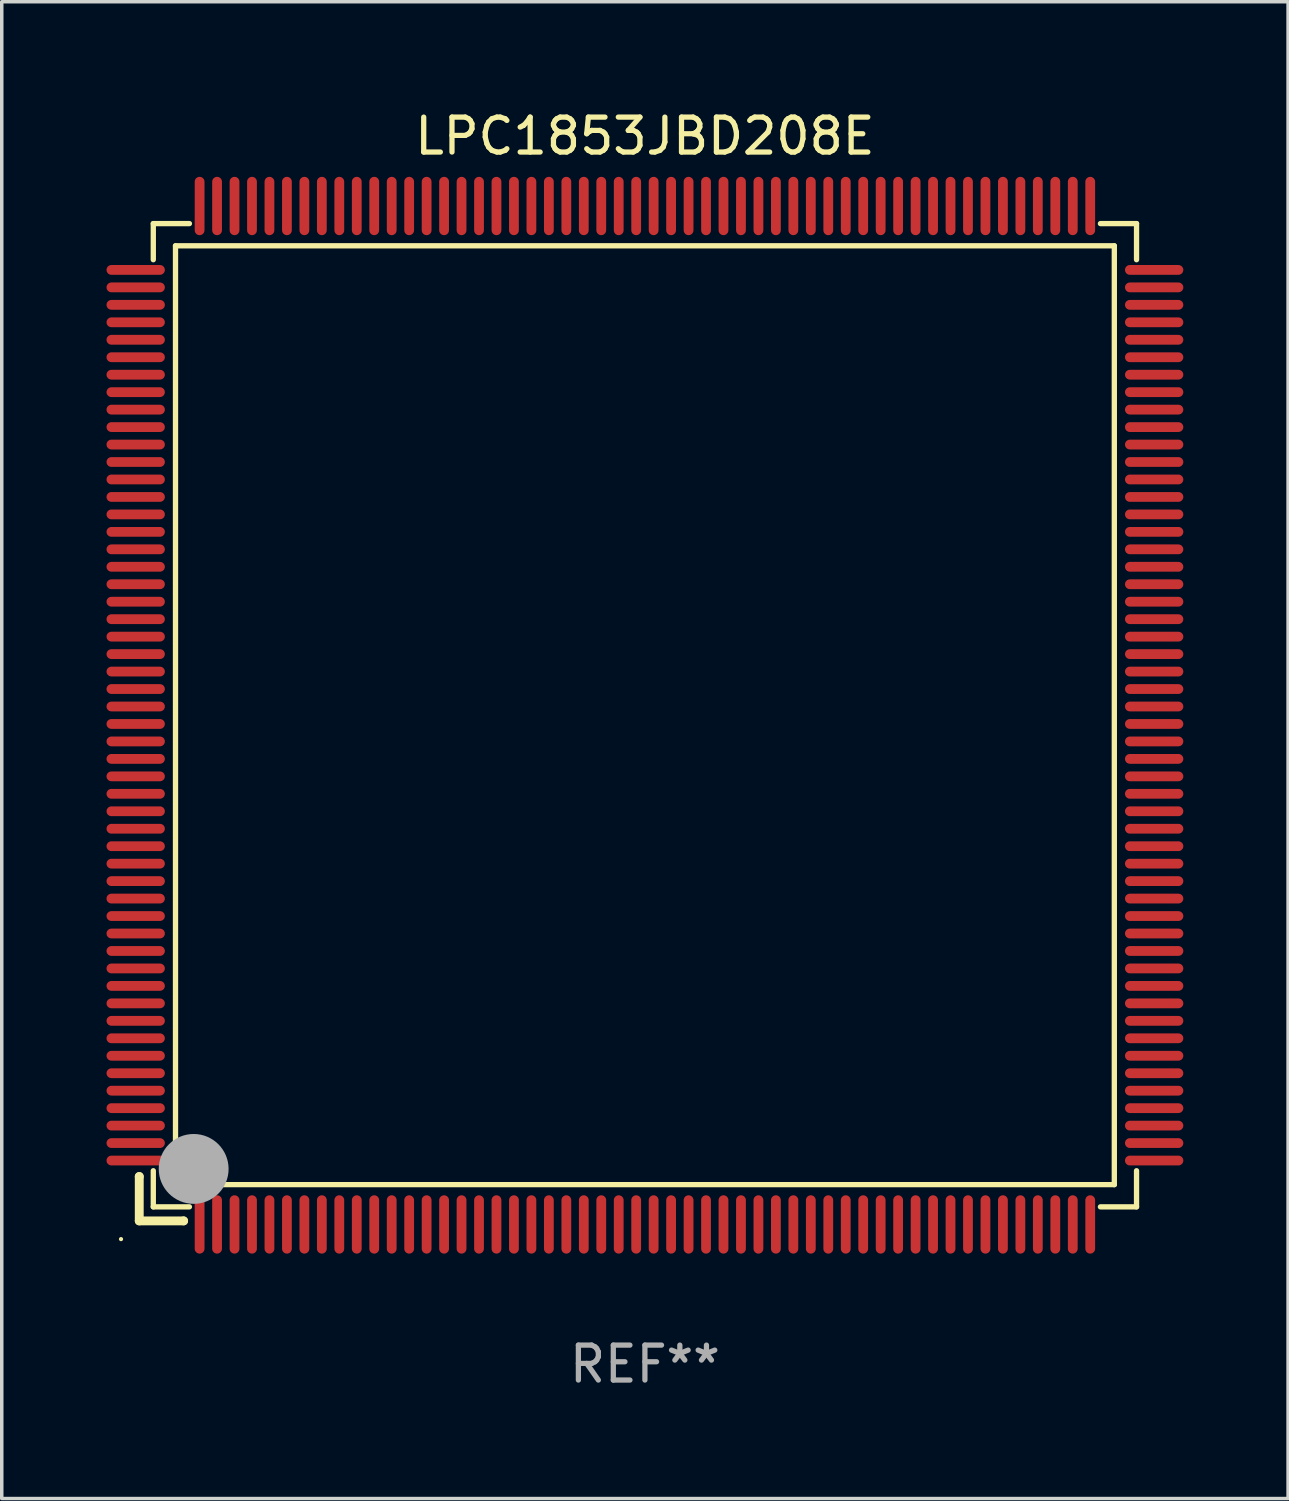
<source format=kicad_pcb>
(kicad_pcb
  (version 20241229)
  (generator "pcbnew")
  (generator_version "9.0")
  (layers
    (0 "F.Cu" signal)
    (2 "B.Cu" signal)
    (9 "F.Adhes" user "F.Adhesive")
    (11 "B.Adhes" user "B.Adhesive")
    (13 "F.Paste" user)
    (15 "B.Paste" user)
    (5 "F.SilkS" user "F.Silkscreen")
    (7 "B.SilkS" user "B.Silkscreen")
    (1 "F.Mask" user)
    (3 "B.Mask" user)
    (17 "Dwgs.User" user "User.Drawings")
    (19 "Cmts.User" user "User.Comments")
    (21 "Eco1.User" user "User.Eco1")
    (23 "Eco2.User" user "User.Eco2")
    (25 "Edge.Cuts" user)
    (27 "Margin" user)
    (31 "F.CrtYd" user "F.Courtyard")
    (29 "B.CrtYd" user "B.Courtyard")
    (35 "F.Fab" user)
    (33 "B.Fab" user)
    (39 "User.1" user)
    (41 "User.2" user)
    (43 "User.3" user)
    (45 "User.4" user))
  (footprint "LPC1853JBD208E"
    (layer "F.Cu")
    (at 15.415 17.428)
    (property "Reference" "LPC1853JBD208E" (at 0 -16.58 0) (layer "F.SilkS") (effects (font (size 1 1) (thickness 0.15))))
    (attr through_hole)
    (fp_line (start -14.478 13.208) (end -14.478 13.208) (stroke (width 0.254) (type solid)) (layer "F.SilkS"))
    (fp_line (start -14.478 13.208) (end -14.478 14.478) (stroke (width 0.254) (type solid)) (layer "F.SilkS"))
    (fp_line (start -14.478 14.478) (end -13.208 14.478) (stroke (width 0.254) (type solid)) (layer "F.SilkS"))
    (fp_line (start -14.076 -14.076) (end -14.076 -13.042) (stroke (width 0.152) (type solid)) (layer "F.SilkS"))
    (fp_line (start -14.076 14.076) (end -14.076 13.042) (stroke (width 0.152) (type solid)) (layer "F.SilkS"))
    (fp_line (start -13.44 -13.44) (end 13.44 -13.44) (stroke (width 0.152) (type solid)) (layer "F.SilkS"))
    (fp_line (start -13.44 13.44) (end -13.44 -13.44) (stroke (width 0.152) (type solid)) (layer "F.SilkS"))
    (fp_line (start -13.208 14.478) (end -13.208 14.478) (stroke (width 0.254) (type solid)) (layer "F.SilkS"))
    (fp_line (start -13.042 -14.076) (end -14.076 -14.076) (stroke (width 0.152) (type solid)) (layer "F.SilkS"))
    (fp_line (start -13.042 14.076) (end -14.076 14.076) (stroke (width 0.152) (type solid)) (layer "F.SilkS"))
    (fp_line (start 13.042 -14.076) (end 14.076 -14.076) (stroke (width 0.152) (type solid)) (layer "F.SilkS"))
    (fp_line (start 13.042 14.076) (end 14.076 14.076) (stroke (width 0.152) (type solid)) (layer "F.SilkS"))
    (fp_line (start 13.44 -13.44) (end 13.44 13.44) (stroke (width 0.152) (type solid)) (layer "F.SilkS"))
    (fp_line (start 13.44 13.44) (end -13.44 13.44) (stroke (width 0.152) (type solid)) (layer "F.SilkS"))
    (fp_line (start 14.076 -14.076) (end 14.076 -13.042) (stroke (width 0.152) (type solid)) (layer "F.SilkS"))
    (fp_line (start 14.076 14.076) (end 14.076 13.042) (stroke (width 0.152) (type solid)) (layer "F.SilkS"))
    (fp_circle (center -15 15) (end -14.97 15) (stroke (width 0.06) (type solid)) (fill no) (layer "F.SilkS"))
    (fp_circle (center -13.138 13.138) (end -13.063 13.138) (stroke (width 0.15) (type solid)) (fill no) (layer "F.SilkS"))
    (fp_circle (center -12.92 12.99) (end -12.42 12.99) (stroke (width 1) (type solid)) (fill no) (layer "F.Fab"))
    (fp_text user "REF**" (at 0 18.58 0) (layer "F.Fab") (effects (font (size 1 1) (thickness 0.15))))
    (pad "1" smd oval (at -12.75 14.58) (size 0.28 1.67) (layers "F.Cu" "F.Mask" "F.Paste"))
    (pad "2" smd oval (at -12.25 14.58) (size 0.28 1.67) (layers "F.Cu" "F.Mask" "F.Paste"))
    (pad "3" smd oval (at -11.75 14.58) (size 0.28 1.67) (layers "F.Cu" "F.Mask" "F.Paste"))
    (pad "4" smd oval (at -11.25 14.58) (size 0.28 1.67) (layers "F.Cu" "F.Mask" "F.Paste"))
    (pad "5" smd oval (at -10.75 14.58) (size 0.28 1.67) (layers "F.Cu" "F.Mask" "F.Paste"))
    (pad "6" smd oval (at -10.25 14.58) (size 0.28 1.67) (layers "F.Cu" "F.Mask" "F.Paste"))
    (pad "7" smd oval (at -9.75 14.58) (size 0.28 1.67) (layers "F.Cu" "F.Mask" "F.Paste"))
    (pad "8" smd oval (at -9.25 14.58) (size 0.28 1.67) (layers "F.Cu" "F.Mask" "F.Paste"))
    (pad "9" smd oval (at -8.75 14.58) (size 0.28 1.67) (layers "F.Cu" "F.Mask" "F.Paste"))
    (pad "10" smd oval (at -8.25 14.58) (size 0.28 1.67) (layers "F.Cu" "F.Mask" "F.Paste"))
    (pad "11" smd oval (at -7.75 14.58) (size 0.28 1.67) (layers "F.Cu" "F.Mask" "F.Paste"))
    (pad "12" smd oval (at -7.25 14.58) (size 0.28 1.67) (layers "F.Cu" "F.Mask" "F.Paste"))
    (pad "13" smd oval (at -6.75 14.58) (size 0.28 1.67) (layers "F.Cu" "F.Mask" "F.Paste"))
    (pad "14" smd oval (at -6.25 14.58) (size 0.28 1.67) (layers "F.Cu" "F.Mask" "F.Paste"))
    (pad "15" smd oval (at -5.75 14.58) (size 0.28 1.67) (layers "F.Cu" "F.Mask" "F.Paste"))
    (pad "16" smd oval (at -5.25 14.58) (size 0.28 1.67) (layers "F.Cu" "F.Mask" "F.Paste"))
    (pad "17" smd oval (at -4.75 14.58) (size 0.28 1.67) (layers "F.Cu" "F.Mask" "F.Paste"))
    (pad "18" smd oval (at -4.25 14.58) (size 0.28 1.67) (layers "F.Cu" "F.Mask" "F.Paste"))
    (pad "19" smd oval (at -3.75 14.58) (size 0.28 1.67) (layers "F.Cu" "F.Mask" "F.Paste"))
    (pad "20" smd oval (at -3.25 14.58) (size 0.28 1.67) (layers "F.Cu" "F.Mask" "F.Paste"))
    (pad "21" smd oval (at -2.75 14.58) (size 0.28 1.67) (layers "F.Cu" "F.Mask" "F.Paste"))
    (pad "22" smd oval (at -2.25 14.58) (size 0.28 1.67) (layers "F.Cu" "F.Mask" "F.Paste"))
    (pad "23" smd oval (at -1.75 14.58) (size 0.28 1.67) (layers "F.Cu" "F.Mask" "F.Paste"))
    (pad "24" smd oval (at -1.25 14.58) (size 0.28 1.67) (layers "F.Cu" "F.Mask" "F.Paste"))
    (pad "25" smd oval (at -0.75 14.58) (size 0.28 1.67) (layers "F.Cu" "F.Mask" "F.Paste"))
    (pad "26" smd oval (at -0.25 14.58) (size 0.28 1.67) (layers "F.Cu" "F.Mask" "F.Paste"))
    (pad "27" smd oval (at 0.25 14.58) (size 0.28 1.67) (layers "F.Cu" "F.Mask" "F.Paste"))
    (pad "28" smd oval (at 0.75 14.58) (size 0.28 1.67) (layers "F.Cu" "F.Mask" "F.Paste"))
    (pad "29" smd oval (at 1.25 14.58) (size 0.28 1.67) (layers "F.Cu" "F.Mask" "F.Paste"))
    (pad "30" smd oval (at 1.75 14.58) (size 0.28 1.67) (layers "F.Cu" "F.Mask" "F.Paste"))
    (pad "31" smd oval (at 2.25 14.58) (size 0.28 1.67) (layers "F.Cu" "F.Mask" "F.Paste"))
    (pad "32" smd oval (at 2.75 14.58) (size 0.28 1.67) (layers "F.Cu" "F.Mask" "F.Paste"))
    (pad "33" smd oval (at 3.25 14.58) (size 0.28 1.67) (layers "F.Cu" "F.Mask" "F.Paste"))
    (pad "34" smd oval (at 3.75 14.58) (size 0.28 1.67) (layers "F.Cu" "F.Mask" "F.Paste"))
    (pad "35" smd oval (at 4.25 14.58) (size 0.28 1.67) (layers "F.Cu" "F.Mask" "F.Paste"))
    (pad "36" smd oval (at 4.75 14.58) (size 0.28 1.67) (layers "F.Cu" "F.Mask" "F.Paste"))
    (pad "37" smd oval (at 5.25 14.58) (size 0.28 1.67) (layers "F.Cu" "F.Mask" "F.Paste"))
    (pad "38" smd oval (at 5.75 14.58) (size 0.28 1.67) (layers "F.Cu" "F.Mask" "F.Paste"))
    (pad "39" smd oval (at 6.25 14.58) (size 0.28 1.67) (layers "F.Cu" "F.Mask" "F.Paste"))
    (pad "40" smd oval (at 6.75 14.58) (size 0.28 1.67) (layers "F.Cu" "F.Mask" "F.Paste"))
    (pad "41" smd oval (at 7.25 14.58) (size 0.28 1.67) (layers "F.Cu" "F.Mask" "F.Paste"))
    (pad "42" smd oval (at 7.75 14.58) (size 0.28 1.67) (layers "F.Cu" "F.Mask" "F.Paste"))
    (pad "43" smd oval (at 8.25 14.58) (size 0.28 1.67) (layers "F.Cu" "F.Mask" "F.Paste"))
    (pad "44" smd oval (at 8.75 14.58) (size 0.28 1.67) (layers "F.Cu" "F.Mask" "F.Paste"))
    (pad "45" smd oval (at 9.25 14.58) (size 0.28 1.67) (layers "F.Cu" "F.Mask" "F.Paste"))
    (pad "46" smd oval (at 9.75 14.58) (size 0.28 1.67) (layers "F.Cu" "F.Mask" "F.Paste"))
    (pad "47" smd oval (at 10.25 14.58) (size 0.28 1.67) (layers "F.Cu" "F.Mask" "F.Paste"))
    (pad "48" smd oval (at 10.75 14.58) (size 0.28 1.67) (layers "F.Cu" "F.Mask" "F.Paste"))
    (pad "49" smd oval (at 11.25 14.58) (size 0.28 1.67) (layers "F.Cu" "F.Mask" "F.Paste"))
    (pad "50" smd oval (at 11.75 14.58) (size 0.28 1.67) (layers "F.Cu" "F.Mask" "F.Paste"))
    (pad "51" smd oval (at 12.25 14.58) (size 0.28 1.67) (layers "F.Cu" "F.Mask" "F.Paste"))
    (pad "52" smd oval (at 12.75 14.58) (size 0.28 1.67) (layers "F.Cu" "F.Mask" "F.Paste"))
    (pad "53" smd oval (at 14.58 12.75) (size 1.67 0.28) (layers "F.Cu" "F.Mask" "F.Paste"))
    (pad "54" smd oval (at 14.58 12.25) (size 1.67 0.28) (layers "F.Cu" "F.Mask" "F.Paste"))
    (pad "55" smd oval (at 14.58 11.75) (size 1.67 0.28) (layers "F.Cu" "F.Mask" "F.Paste"))
    (pad "56" smd oval (at 14.58 11.25) (size 1.67 0.28) (layers "F.Cu" "F.Mask" "F.Paste"))
    (pad "57" smd oval (at 14.58 10.75) (size 1.67 0.28) (layers "F.Cu" "F.Mask" "F.Paste"))
    (pad "58" smd oval (at 14.58 10.25) (size 1.67 0.28) (layers "F.Cu" "F.Mask" "F.Paste"))
    (pad "59" smd oval (at 14.58 9.75) (size 1.67 0.28) (layers "F.Cu" "F.Mask" "F.Paste"))
    (pad "60" smd oval (at 14.58 9.25) (size 1.67 0.28) (layers "F.Cu" "F.Mask" "F.Paste"))
    (pad "61" smd oval (at 14.58 8.75) (size 1.67 0.28) (layers "F.Cu" "F.Mask" "F.Paste"))
    (pad "62" smd oval (at 14.58 8.25) (size 1.67 0.28) (layers "F.Cu" "F.Mask" "F.Paste"))
    (pad "63" smd oval (at 14.58 7.75) (size 1.67 0.28) (layers "F.Cu" "F.Mask" "F.Paste"))
    (pad "64" smd oval (at 14.58 7.25) (size 1.67 0.28) (layers "F.Cu" "F.Mask" "F.Paste"))
    (pad "65" smd oval (at 14.58 6.75) (size 1.67 0.28) (layers "F.Cu" "F.Mask" "F.Paste"))
    (pad "66" smd oval (at 14.58 6.25) (size 1.67 0.28) (layers "F.Cu" "F.Mask" "F.Paste"))
    (pad "67" smd oval (at 14.58 5.75) (size 1.67 0.28) (layers "F.Cu" "F.Mask" "F.Paste"))
    (pad "68" smd oval (at 14.58 5.25) (size 1.67 0.28) (layers "F.Cu" "F.Mask" "F.Paste"))
    (pad "69" smd oval (at 14.58 4.75) (size 1.67 0.28) (layers "F.Cu" "F.Mask" "F.Paste"))
    (pad "70" smd oval (at 14.58 4.25) (size 1.67 0.28) (layers "F.Cu" "F.Mask" "F.Paste"))
    (pad "71" smd oval (at 14.58 3.75) (size 1.67 0.28) (layers "F.Cu" "F.Mask" "F.Paste"))
    (pad "72" smd oval (at 14.58 3.25) (size 1.67 0.28) (layers "F.Cu" "F.Mask" "F.Paste"))
    (pad "73" smd oval (at 14.58 2.75) (size 1.67 0.28) (layers "F.Cu" "F.Mask" "F.Paste"))
    (pad "74" smd oval (at 14.58 2.25) (size 1.67 0.28) (layers "F.Cu" "F.Mask" "F.Paste"))
    (pad "75" smd oval (at 14.58 1.75) (size 1.67 0.28) (layers "F.Cu" "F.Mask" "F.Paste"))
    (pad "76" smd oval (at 14.58 1.25) (size 1.67 0.28) (layers "F.Cu" "F.Mask" "F.Paste"))
    (pad "77" smd oval (at 14.58 0.75) (size 1.67 0.28) (layers "F.Cu" "F.Mask" "F.Paste"))
    (pad "78" smd oval (at 14.58 0.25) (size 1.67 0.28) (layers "F.Cu" "F.Mask" "F.Paste"))
    (pad "79" smd oval (at 14.58 -0.25) (size 1.67 0.28) (layers "F.Cu" "F.Mask" "F.Paste"))
    (pad "80" smd oval (at 14.58 -0.75) (size 1.67 0.28) (layers "F.Cu" "F.Mask" "F.Paste"))
    (pad "81" smd oval (at 14.58 -1.25) (size 1.67 0.28) (layers "F.Cu" "F.Mask" "F.Paste"))
    (pad "82" smd oval (at 14.58 -1.75) (size 1.67 0.28) (layers "F.Cu" "F.Mask" "F.Paste"))
    (pad "83" smd oval (at 14.58 -2.25) (size 1.67 0.28) (layers "F.Cu" "F.Mask" "F.Paste"))
    (pad "84" smd oval (at 14.58 -2.75) (size 1.67 0.28) (layers "F.Cu" "F.Mask" "F.Paste"))
    (pad "85" smd oval (at 14.58 -3.25) (size 1.67 0.28) (layers "F.Cu" "F.Mask" "F.Paste"))
    (pad "86" smd oval (at 14.58 -3.75) (size 1.67 0.28) (layers "F.Cu" "F.Mask" "F.Paste"))
    (pad "87" smd oval (at 14.58 -4.25) (size 1.67 0.28) (layers "F.Cu" "F.Mask" "F.Paste"))
    (pad "88" smd oval (at 14.58 -4.75) (size 1.67 0.28) (layers "F.Cu" "F.Mask" "F.Paste"))
    (pad "89" smd oval (at 14.58 -5.25) (size 1.67 0.28) (layers "F.Cu" "F.Mask" "F.Paste"))
    (pad "90" smd oval (at 14.58 -5.75) (size 1.67 0.28) (layers "F.Cu" "F.Mask" "F.Paste"))
    (pad "91" smd oval (at 14.58 -6.25) (size 1.67 0.28) (layers "F.Cu" "F.Mask" "F.Paste"))
    (pad "92" smd oval (at 14.58 -6.75) (size 1.67 0.28) (layers "F.Cu" "F.Mask" "F.Paste"))
    (pad "93" smd oval (at 14.58 -7.25) (size 1.67 0.28) (layers "F.Cu" "F.Mask" "F.Paste"))
    (pad "94" smd oval (at 14.58 -7.75) (size 1.67 0.28) (layers "F.Cu" "F.Mask" "F.Paste"))
    (pad "95" smd oval (at 14.58 -8.25) (size 1.67 0.28) (layers "F.Cu" "F.Mask" "F.Paste"))
    (pad "96" smd oval (at 14.58 -8.75) (size 1.67 0.28) (layers "F.Cu" "F.Mask" "F.Paste"))
    (pad "97" smd oval (at 14.58 -9.25) (size 1.67 0.28) (layers "F.Cu" "F.Mask" "F.Paste"))
    (pad "98" smd oval (at 14.58 -9.75) (size 1.67 0.28) (layers "F.Cu" "F.Mask" "F.Paste"))
    (pad "99" smd oval (at 14.58 -10.25) (size 1.67 0.28) (layers "F.Cu" "F.Mask" "F.Paste"))
    (pad "100" smd oval (at 14.58 -10.75) (size 1.67 0.28) (layers "F.Cu" "F.Mask" "F.Paste"))
    (pad "101" smd oval (at 14.58 -11.25) (size 1.67 0.28) (layers "F.Cu" "F.Mask" "F.Paste"))
    (pad "102" smd oval (at 14.58 -11.75) (size 1.67 0.28) (layers "F.Cu" "F.Mask" "F.Paste"))
    (pad "103" smd oval (at 14.58 -12.25) (size 1.67 0.28) (layers "F.Cu" "F.Mask" "F.Paste"))
    (pad "104" smd oval (at 14.58 -12.75) (size 1.67 0.28) (layers "F.Cu" "F.Mask" "F.Paste"))
    (pad "105" smd oval (at 12.75 -14.58) (size 0.28 1.67) (layers "F.Cu" "F.Mask" "F.Paste"))
    (pad "106" smd oval (at 12.25 -14.58) (size 0.28 1.67) (layers "F.Cu" "F.Mask" "F.Paste"))
    (pad "107" smd oval (at 11.75 -14.58) (size 0.28 1.67) (layers "F.Cu" "F.Mask" "F.Paste"))
    (pad "108" smd oval (at 11.25 -14.58) (size 0.28 1.67) (layers "F.Cu" "F.Mask" "F.Paste"))
    (pad "109" smd oval (at 10.75 -14.58) (size 0.28 1.67) (layers "F.Cu" "F.Mask" "F.Paste"))
    (pad "110" smd oval (at 10.25 -14.58) (size 0.28 1.67) (layers "F.Cu" "F.Mask" "F.Paste"))
    (pad "111" smd oval (at 9.75 -14.58) (size 0.28 1.67) (layers "F.Cu" "F.Mask" "F.Paste"))
    (pad "112" smd oval (at 9.25 -14.58) (size 0.28 1.67) (layers "F.Cu" "F.Mask" "F.Paste"))
    (pad "113" smd oval (at 8.75 -14.58) (size 0.28 1.67) (layers "F.Cu" "F.Mask" "F.Paste"))
    (pad "114" smd oval (at 8.25 -14.58) (size 0.28 1.67) (layers "F.Cu" "F.Mask" "F.Paste"))
    (pad "115" smd oval (at 7.75 -14.58) (size 0.28 1.67) (layers "F.Cu" "F.Mask" "F.Paste"))
    (pad "116" smd oval (at 7.25 -14.58) (size 0.28 1.67) (layers "F.Cu" "F.Mask" "F.Paste"))
    (pad "117" smd oval (at 6.75 -14.58) (size 0.28 1.67) (layers "F.Cu" "F.Mask" "F.Paste"))
    (pad "118" smd oval (at 6.25 -14.58) (size 0.28 1.67) (layers "F.Cu" "F.Mask" "F.Paste"))
    (pad "119" smd oval (at 5.75 -14.58) (size 0.28 1.67) (layers "F.Cu" "F.Mask" "F.Paste"))
    (pad "120" smd oval (at 5.25 -14.58) (size 0.28 1.67) (layers "F.Cu" "F.Mask" "F.Paste"))
    (pad "121" smd oval (at 4.75 -14.58) (size 0.28 1.67) (layers "F.Cu" "F.Mask" "F.Paste"))
    (pad "122" smd oval (at 4.25 -14.58) (size 0.28 1.67) (layers "F.Cu" "F.Mask" "F.Paste"))
    (pad "123" smd oval (at 3.75 -14.58) (size 0.28 1.67) (layers "F.Cu" "F.Mask" "F.Paste"))
    (pad "124" smd oval (at 3.25 -14.58) (size 0.28 1.67) (layers "F.Cu" "F.Mask" "F.Paste"))
    (pad "125" smd oval (at 2.75 -14.58) (size 0.28 1.67) (layers "F.Cu" "F.Mask" "F.Paste"))
    (pad "126" smd oval (at 2.25 -14.58) (size 0.28 1.67) (layers "F.Cu" "F.Mask" "F.Paste"))
    (pad "127" smd oval (at 1.75 -14.58) (size 0.28 1.67) (layers "F.Cu" "F.Mask" "F.Paste"))
    (pad "128" smd oval (at 1.25 -14.58) (size 0.28 1.67) (layers "F.Cu" "F.Mask" "F.Paste"))
    (pad "129" smd oval (at 0.75 -14.58) (size 0.28 1.67) (layers "F.Cu" "F.Mask" "F.Paste"))
    (pad "130" smd oval (at 0.25 -14.58) (size 0.28 1.67) (layers "F.Cu" "F.Mask" "F.Paste"))
    (pad "131" smd oval (at -0.25 -14.58) (size 0.28 1.67) (layers "F.Cu" "F.Mask" "F.Paste"))
    (pad "132" smd oval (at -0.75 -14.58) (size 0.28 1.67) (layers "F.Cu" "F.Mask" "F.Paste"))
    (pad "133" smd oval (at -1.25 -14.58) (size 0.28 1.67) (layers "F.Cu" "F.Mask" "F.Paste"))
    (pad "134" smd oval (at -1.75 -14.58) (size 0.28 1.67) (layers "F.Cu" "F.Mask" "F.Paste"))
    (pad "135" smd oval (at -2.25 -14.58) (size 0.28 1.67) (layers "F.Cu" "F.Mask" "F.Paste"))
    (pad "136" smd oval (at -2.75 -14.58) (size 0.28 1.67) (layers "F.Cu" "F.Mask" "F.Paste"))
    (pad "137" smd oval (at -3.25 -14.58) (size 0.28 1.67) (layers "F.Cu" "F.Mask" "F.Paste"))
    (pad "138" smd oval (at -3.75 -14.58) (size 0.28 1.67) (layers "F.Cu" "F.Mask" "F.Paste"))
    (pad "139" smd oval (at -4.25 -14.58) (size 0.28 1.67) (layers "F.Cu" "F.Mask" "F.Paste"))
    (pad "140" smd oval (at -4.75 -14.58) (size 0.28 1.67) (layers "F.Cu" "F.Mask" "F.Paste"))
    (pad "141" smd oval (at -5.25 -14.58) (size 0.28 1.67) (layers "F.Cu" "F.Mask" "F.Paste"))
    (pad "142" smd oval (at -5.75 -14.58) (size 0.28 1.67) (layers "F.Cu" "F.Mask" "F.Paste"))
    (pad "143" smd oval (at -6.25 -14.58) (size 0.28 1.67) (layers "F.Cu" "F.Mask" "F.Paste"))
    (pad "144" smd oval (at -6.75 -14.58) (size 0.28 1.67) (layers "F.Cu" "F.Mask" "F.Paste"))
    (pad "145" smd oval (at -7.25 -14.58) (size 0.28 1.67) (layers "F.Cu" "F.Mask" "F.Paste"))
    (pad "146" smd oval (at -7.75 -14.58) (size 0.28 1.67) (layers "F.Cu" "F.Mask" "F.Paste"))
    (pad "147" smd oval (at -8.25 -14.58) (size 0.28 1.67) (layers "F.Cu" "F.Mask" "F.Paste"))
    (pad "148" smd oval (at -8.75 -14.58) (size 0.28 1.67) (layers "F.Cu" "F.Mask" "F.Paste"))
    (pad "149" smd oval (at -9.25 -14.58) (size 0.28 1.67) (layers "F.Cu" "F.Mask" "F.Paste"))
    (pad "150" smd oval (at -9.75 -14.58) (size 0.28 1.67) (layers "F.Cu" "F.Mask" "F.Paste"))
    (pad "151" smd oval (at -10.25 -14.58) (size 0.28 1.67) (layers "F.Cu" "F.Mask" "F.Paste"))
    (pad "152" smd oval (at -10.75 -14.58) (size 0.28 1.67) (layers "F.Cu" "F.Mask" "F.Paste"))
    (pad "153" smd oval (at -11.25 -14.58) (size 0.28 1.67) (layers "F.Cu" "F.Mask" "F.Paste"))
    (pad "154" smd oval (at -11.75 -14.58) (size 0.28 1.67) (layers "F.Cu" "F.Mask" "F.Paste"))
    (pad "155" smd oval (at -12.25 -14.58) (size 0.28 1.67) (layers "F.Cu" "F.Mask" "F.Paste"))
    (pad "156" smd oval (at -12.75 -14.58) (size 0.28 1.67) (layers "F.Cu" "F.Mask" "F.Paste"))
    (pad "157" smd oval (at -14.58 -12.75) (size 1.67 0.28) (layers "F.Cu" "F.Mask" "F.Paste"))
    (pad "158" smd oval (at -14.58 -12.25) (size 1.67 0.28) (layers "F.Cu" "F.Mask" "F.Paste"))
    (pad "159" smd oval (at -14.58 -11.75) (size 1.67 0.28) (layers "F.Cu" "F.Mask" "F.Paste"))
    (pad "160" smd oval (at -14.58 -11.25) (size 1.67 0.28) (layers "F.Cu" "F.Mask" "F.Paste"))
    (pad "161" smd oval (at -14.58 -10.75) (size 1.67 0.28) (layers "F.Cu" "F.Mask" "F.Paste"))
    (pad "162" smd oval (at -14.58 -10.25) (size 1.67 0.28) (layers "F.Cu" "F.Mask" "F.Paste"))
    (pad "163" smd oval (at -14.58 -9.75) (size 1.67 0.28) (layers "F.Cu" "F.Mask" "F.Paste"))
    (pad "164" smd oval (at -14.58 -9.25) (size 1.67 0.28) (layers "F.Cu" "F.Mask" "F.Paste"))
    (pad "165" smd oval (at -14.58 -8.75) (size 1.67 0.28) (layers "F.Cu" "F.Mask" "F.Paste"))
    (pad "166" smd oval (at -14.58 -8.25) (size 1.67 0.28) (layers "F.Cu" "F.Mask" "F.Paste"))
    (pad "167" smd oval (at -14.58 -7.75) (size 1.67 0.28) (layers "F.Cu" "F.Mask" "F.Paste"))
    (pad "168" smd oval (at -14.58 -7.25) (size 1.67 0.28) (layers "F.Cu" "F.Mask" "F.Paste"))
    (pad "169" smd oval (at -14.58 -6.75) (size 1.67 0.28) (layers "F.Cu" "F.Mask" "F.Paste"))
    (pad "170" smd oval (at -14.58 -6.25) (size 1.67 0.28) (layers "F.Cu" "F.Mask" "F.Paste"))
    (pad "171" smd oval (at -14.58 -5.75) (size 1.67 0.28) (layers "F.Cu" "F.Mask" "F.Paste"))
    (pad "172" smd oval (at -14.58 -5.25) (size 1.67 0.28) (layers "F.Cu" "F.Mask" "F.Paste"))
    (pad "173" smd oval (at -14.58 -4.75) (size 1.67 0.28) (layers "F.Cu" "F.Mask" "F.Paste"))
    (pad "174" smd oval (at -14.58 -4.25) (size 1.67 0.28) (layers "F.Cu" "F.Mask" "F.Paste"))
    (pad "175" smd oval (at -14.58 -3.75) (size 1.67 0.28) (layers "F.Cu" "F.Mask" "F.Paste"))
    (pad "176" smd oval (at -14.58 -3.25) (size 1.67 0.28) (layers "F.Cu" "F.Mask" "F.Paste"))
    (pad "177" smd oval (at -14.58 -2.75) (size 1.67 0.28) (layers "F.Cu" "F.Mask" "F.Paste"))
    (pad "178" smd oval (at -14.58 -2.25) (size 1.67 0.28) (layers "F.Cu" "F.Mask" "F.Paste"))
    (pad "179" smd oval (at -14.58 -1.75) (size 1.67 0.28) (layers "F.Cu" "F.Mask" "F.Paste"))
    (pad "180" smd oval (at -14.58 -1.25) (size 1.67 0.28) (layers "F.Cu" "F.Mask" "F.Paste"))
    (pad "181" smd oval (at -14.58 -0.75) (size 1.67 0.28) (layers "F.Cu" "F.Mask" "F.Paste"))
    (pad "182" smd oval (at -14.58 -0.25) (size 1.67 0.28) (layers "F.Cu" "F.Mask" "F.Paste"))
    (pad "183" smd oval (at -14.58 0.25) (size 1.67 0.28) (layers "F.Cu" "F.Mask" "F.Paste"))
    (pad "184" smd oval (at -14.58 0.75) (size 1.67 0.28) (layers "F.Cu" "F.Mask" "F.Paste"))
    (pad "185" smd oval (at -14.58 1.25) (size 1.67 0.28) (layers "F.Cu" "F.Mask" "F.Paste"))
    (pad "186" smd oval (at -14.58 1.75) (size 1.67 0.28) (layers "F.Cu" "F.Mask" "F.Paste"))
    (pad "187" smd oval (at -14.58 2.25) (size 1.67 0.28) (layers "F.Cu" "F.Mask" "F.Paste"))
    (pad "188" smd oval (at -14.58 2.75) (size 1.67 0.28) (layers "F.Cu" "F.Mask" "F.Paste"))
    (pad "189" smd oval (at -14.58 3.25) (size 1.67 0.28) (layers "F.Cu" "F.Mask" "F.Paste"))
    (pad "190" smd oval (at -14.58 3.75) (size 1.67 0.28) (layers "F.Cu" "F.Mask" "F.Paste"))
    (pad "191" smd oval (at -14.58 4.25) (size 1.67 0.28) (layers "F.Cu" "F.Mask" "F.Paste"))
    (pad "192" smd oval (at -14.58 4.75) (size 1.67 0.28) (layers "F.Cu" "F.Mask" "F.Paste"))
    (pad "193" smd oval (at -14.58 5.25) (size 1.67 0.28) (layers "F.Cu" "F.Mask" "F.Paste"))
    (pad "194" smd oval (at -14.58 5.75) (size 1.67 0.28) (layers "F.Cu" "F.Mask" "F.Paste"))
    (pad "195" smd oval (at -14.58 6.25) (size 1.67 0.28) (layers "F.Cu" "F.Mask" "F.Paste"))
    (pad "196" smd oval (at -14.58 6.75) (size 1.67 0.28) (layers "F.Cu" "F.Mask" "F.Paste"))
    (pad "197" smd oval (at -14.58 7.25) (size 1.67 0.28) (layers "F.Cu" "F.Mask" "F.Paste"))
    (pad "198" smd oval (at -14.58 7.75) (size 1.67 0.28) (layers "F.Cu" "F.Mask" "F.Paste"))
    (pad "199" smd oval (at -14.58 8.25) (size 1.67 0.28) (layers "F.Cu" "F.Mask" "F.Paste"))
    (pad "200" smd oval (at -14.58 8.75) (size 1.67 0.28) (layers "F.Cu" "F.Mask" "F.Paste"))
    (pad "201" smd oval (at -14.58 9.25) (size 1.67 0.28) (layers "F.Cu" "F.Mask" "F.Paste"))
    (pad "202" smd oval (at -14.58 9.75) (size 1.67 0.28) (layers "F.Cu" "F.Mask" "F.Paste"))
    (pad "203" smd oval (at -14.58 10.25) (size 1.67 0.28) (layers "F.Cu" "F.Mask" "F.Paste"))
    (pad "204" smd oval (at -14.58 10.75) (size 1.67 0.28) (layers "F.Cu" "F.Mask" "F.Paste"))
    (pad "205" smd oval (at -14.58 11.25) (size 1.67 0.28) (layers "F.Cu" "F.Mask" "F.Paste"))
    (pad "206" smd oval (at -14.58 11.75) (size 1.67 0.28) (layers "F.Cu" "F.Mask" "F.Paste"))
    (pad "207" smd oval (at -14.58 12.25) (size 1.67 0.28) (layers "F.Cu" "F.Mask" "F.Paste"))
    (pad "208" smd oval (at -14.58 12.75) (size 1.67 0.28) (layers "F.Cu" "F.Mask" "F.Paste")))
  (gr_rect
    (start -3 -3)
    (end 33.83 39.856)
    (stroke (width 0.1) (type default))
    (fill no)
    (layer "Edge.Cuts")))
</source>
